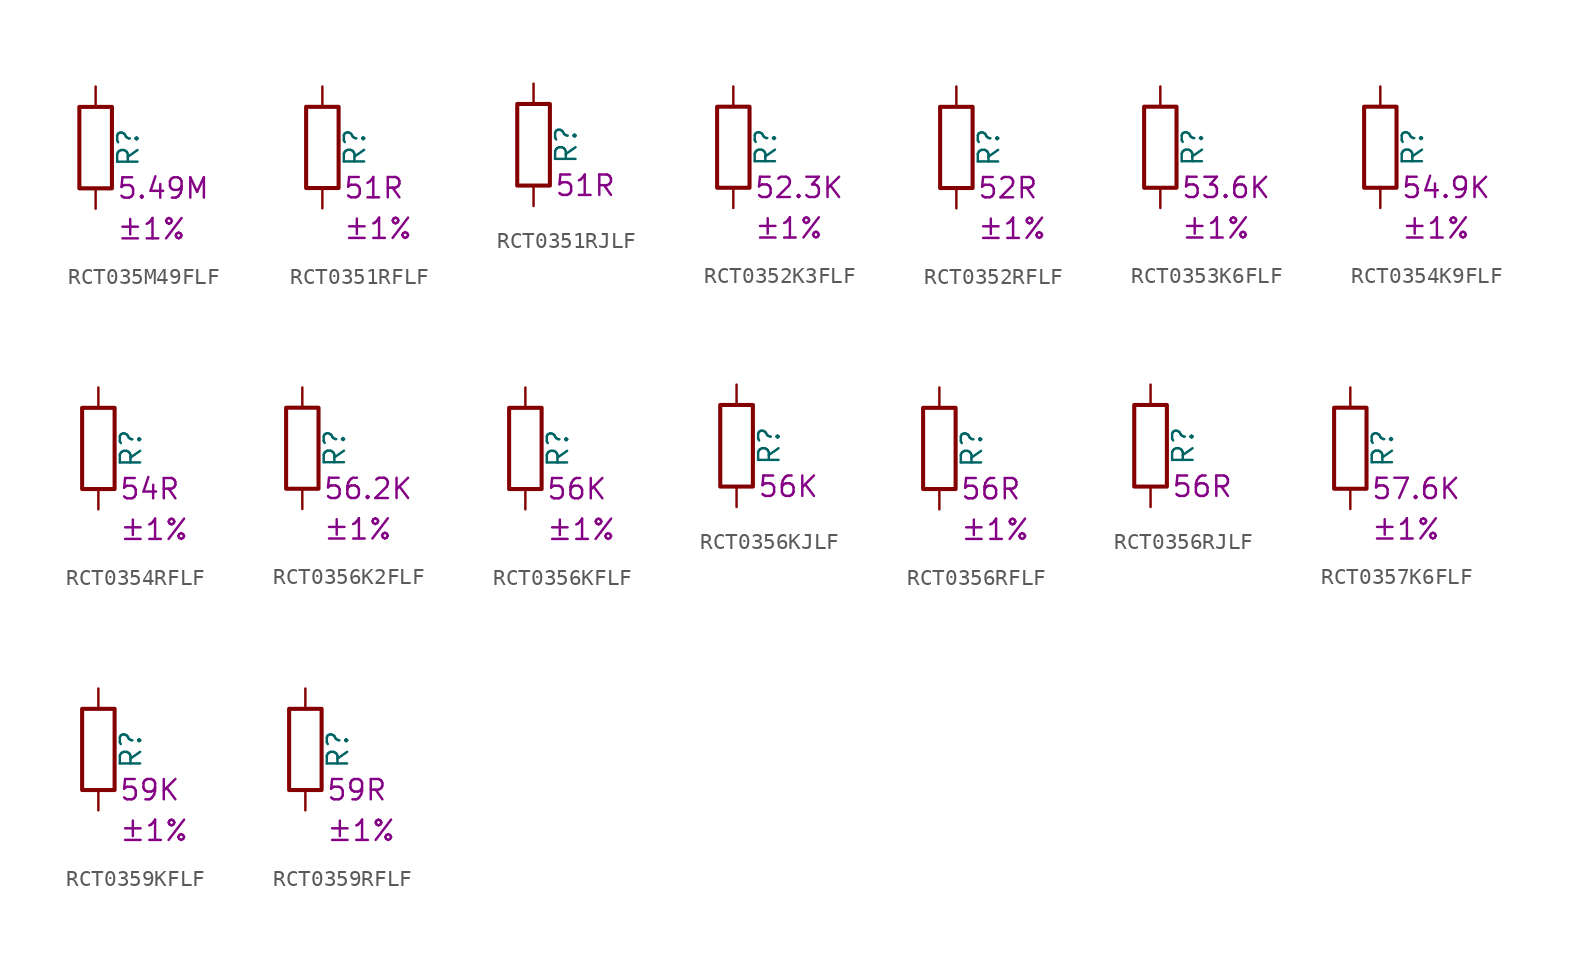
<source format=kicad_sym>
(kicad_symbol_lib
  (version 20220914)
  (generator kicad_symbol_editor)
  (symbol "RCT035M49FLF"
    (pin_numbers hide)
    (pin_names
      (offset 0))
    (property "Reference" "R"
      (at 2.032 0 90)
      (effects (font (size 1.27 1.27))))
    (property "Resistance" "5.49M"
      (at 1.27 -2.54 0)
      (effects (font (size 1.27 1.27)) (justify left)))
    (property "Tolerance" "±1%"
      (at 1.27 -5.08 0)
      (effects (font (size 1.27 1.27)) (justify left)))
    (symbol "RCT035M49FLF_0_1"
      (rectangle (start -1.016 -2.54) (end 1.016 2.54) (stroke (width 0.254) (type default)) (fill (type none))))
    (symbol "RCT035M49FLF_1_1"
      (pin passive line (at 0 3.81 270) (length 1.27) (name "~" (effects (font (size 1.27 1.27)))) (number "1" (effects (font (size 1.27 1.27)))))
      (pin passive line (at 0 -3.81 90) (length 1.27) (name "~" (effects (font (size 1.27 1.27)))) (number "2" (effects (font (size 1.27 1.27)))))))
  (symbol "RCT0351RFLF"
    (pin_numbers hide)
    (pin_names
      (offset 0))
    (property "Reference" "R"
      (at 2.032 0 90)
      (effects (font (size 1.27 1.27))))
    (property "Resistance" "51R"
      (at 1.27 -2.54 0)
      (effects (font (size 1.27 1.27)) (justify left)))
    (property "Tolerance" "±1%"
      (at 1.27 -5.08 0)
      (effects (font (size 1.27 1.27)) (justify left)))
    (symbol "RCT0351RFLF_0_1"
      (rectangle (start -1.016 -2.54) (end 1.016 2.54) (stroke (width 0.254) (type default)) (fill (type none))))
    (symbol "RCT0351RFLF_1_1"
      (pin passive line (at 0 3.81 270) (length 1.27) (name "~" (effects (font (size 1.27 1.27)))) (number "1" (effects (font (size 1.27 1.27)))))
      (pin passive line (at 0 -3.81 90) (length 1.27) (name "~" (effects (font (size 1.27 1.27)))) (number "2" (effects (font (size 1.27 1.27)))))))
  (symbol "RCT0351RJLF"
    (pin_numbers hide)
    (pin_names
      (offset 0))
    (property "Reference" "R"
      (at 2.032 0 90)
      (effects (font (size 1.27 1.27))))
    (property "Resistance" "51R"
      (at 1.27 -2.54 0)
      (effects (font (size 1.27 1.27)) (justify left)))
    (symbol "RCT0351RJLF_0_1"
      (rectangle (start -1.016 -2.54) (end 1.016 2.54) (stroke (width 0.254) (type default)) (fill (type none))))
    (symbol "RCT0351RJLF_1_1"
      (pin passive line (at 0 3.81 270) (length 1.27) (name "~" (effects (font (size 1.27 1.27)))) (number "1" (effects (font (size 1.27 1.27)))))
      (pin passive line (at 0 -3.81 90) (length 1.27) (name "~" (effects (font (size 1.27 1.27)))) (number "2" (effects (font (size 1.27 1.27)))))))
  (symbol "RCT0352K3FLF"
    (pin_numbers hide)
    (pin_names
      (offset 0))
    (property "Reference" "R"
      (at 2.032 0 90)
      (effects (font (size 1.27 1.27))))
    (property "Resistance" "52.3K"
      (at 1.27 -2.54 0)
      (effects (font (size 1.27 1.27)) (justify left)))
    (property "Tolerance" "±1%"
      (at 1.27 -5.08 0)
      (effects (font (size 1.27 1.27)) (justify left)))
    (symbol "RCT0352K3FLF_0_1"
      (rectangle (start -1.016 -2.54) (end 1.016 2.54) (stroke (width 0.254) (type default)) (fill (type none))))
    (symbol "RCT0352K3FLF_1_1"
      (pin passive line (at 0 3.81 270) (length 1.27) (name "~" (effects (font (size 1.27 1.27)))) (number "1" (effects (font (size 1.27 1.27)))))
      (pin passive line (at 0 -3.81 90) (length 1.27) (name "~" (effects (font (size 1.27 1.27)))) (number "2" (effects (font (size 1.27 1.27)))))))
  (symbol "RCT0352RFLF"
    (pin_numbers hide)
    (pin_names
      (offset 0))
    (property "Reference" "R"
      (at 2.032 0 90)
      (effects (font (size 1.27 1.27))))
    (property "Resistance" "52R"
      (at 1.27 -2.54 0)
      (effects (font (size 1.27 1.27)) (justify left)))
    (property "Tolerance" "±1%"
      (at 1.27 -5.08 0)
      (effects (font (size 1.27 1.27)) (justify left)))
    (symbol "RCT0352RFLF_0_1"
      (rectangle (start -1.016 -2.54) (end 1.016 2.54) (stroke (width 0.254) (type default)) (fill (type none))))
    (symbol "RCT0352RFLF_1_1"
      (pin passive line (at 0 3.81 270) (length 1.27) (name "~" (effects (font (size 1.27 1.27)))) (number "1" (effects (font (size 1.27 1.27)))))
      (pin passive line (at 0 -3.81 90) (length 1.27) (name "~" (effects (font (size 1.27 1.27)))) (number "2" (effects (font (size 1.27 1.27)))))))
  (symbol "RCT0353K6FLF"
    (pin_numbers hide)
    (pin_names
      (offset 0))
    (property "Reference" "R"
      (at 2.032 0 90)
      (effects (font (size 1.27 1.27))))
    (property "Resistance" "53.6K"
      (at 1.27 -2.54 0)
      (effects (font (size 1.27 1.27)) (justify left)))
    (property "Tolerance" "±1%"
      (at 1.27 -5.08 0)
      (effects (font (size 1.27 1.27)) (justify left)))
    (symbol "RCT0353K6FLF_0_1"
      (rectangle (start -1.016 -2.54) (end 1.016 2.54) (stroke (width 0.254) (type default)) (fill (type none))))
    (symbol "RCT0353K6FLF_1_1"
      (pin passive line (at 0 3.81 270) (length 1.27) (name "~" (effects (font (size 1.27 1.27)))) (number "1" (effects (font (size 1.27 1.27)))))
      (pin passive line (at 0 -3.81 90) (length 1.27) (name "~" (effects (font (size 1.27 1.27)))) (number "2" (effects (font (size 1.27 1.27)))))))
  (symbol "RCT0354K9FLF"
    (pin_numbers hide)
    (pin_names
      (offset 0))
    (property "Reference" "R"
      (at 2.032 0 90)
      (effects (font (size 1.27 1.27))))
    (property "Resistance" "54.9K"
      (at 1.27 -2.54 0)
      (effects (font (size 1.27 1.27)) (justify left)))
    (property "Tolerance" "±1%"
      (at 1.27 -5.08 0)
      (effects (font (size 1.27 1.27)) (justify left)))
    (symbol "RCT0354K9FLF_0_1"
      (rectangle (start -1.016 -2.54) (end 1.016 2.54) (stroke (width 0.254) (type default)) (fill (type none))))
    (symbol "RCT0354K9FLF_1_1"
      (pin passive line (at 0 3.81 270) (length 1.27) (name "~" (effects (font (size 1.27 1.27)))) (number "1" (effects (font (size 1.27 1.27)))))
      (pin passive line (at 0 -3.81 90) (length 1.27) (name "~" (effects (font (size 1.27 1.27)))) (number "2" (effects (font (size 1.27 1.27)))))))
  (symbol "RCT0354RFLF"
    (pin_numbers hide)
    (pin_names
      (offset 0))
    (property "Reference" "R"
      (at 2.032 0 90)
      (effects (font (size 1.27 1.27))))
    (property "Resistance" "54R"
      (at 1.27 -2.54 0)
      (effects (font (size 1.27 1.27)) (justify left)))
    (property "Tolerance" "±1%"
      (at 1.27 -5.08 0)
      (effects (font (size 1.27 1.27)) (justify left)))
    (symbol "RCT0354RFLF_0_1"
      (rectangle (start -1.016 -2.54) (end 1.016 2.54) (stroke (width 0.254) (type default)) (fill (type none))))
    (symbol "RCT0354RFLF_1_1"
      (pin passive line (at 0 3.81 270) (length 1.27) (name "~" (effects (font (size 1.27 1.27)))) (number "1" (effects (font (size 1.27 1.27)))))
      (pin passive line (at 0 -3.81 90) (length 1.27) (name "~" (effects (font (size 1.27 1.27)))) (number "2" (effects (font (size 1.27 1.27)))))))
  (symbol "RCT0356K2FLF"
    (pin_numbers hide)
    (pin_names
      (offset 0))
    (property "Reference" "R"
      (at 2.032 0 90)
      (effects (font (size 1.27 1.27))))
    (property "Resistance" "56.2K"
      (at 1.27 -2.54 0)
      (effects (font (size 1.27 1.27)) (justify left)))
    (property "Tolerance" "±1%"
      (at 1.27 -5.08 0)
      (effects (font (size 1.27 1.27)) (justify left)))
    (symbol "RCT0356K2FLF_0_1"
      (rectangle (start -1.016 -2.54) (end 1.016 2.54) (stroke (width 0.254) (type default)) (fill (type none))))
    (symbol "RCT0356K2FLF_1_1"
      (pin passive line (at 0 3.81 270) (length 1.27) (name "~" (effects (font (size 1.27 1.27)))) (number "1" (effects (font (size 1.27 1.27)))))
      (pin passive line (at 0 -3.81 90) (length 1.27) (name "~" (effects (font (size 1.27 1.27)))) (number "2" (effects (font (size 1.27 1.27)))))))
  (symbol "RCT0356KFLF"
    (pin_numbers hide)
    (pin_names
      (offset 0))
    (property "Reference" "R"
      (at 2.032 0 90)
      (effects (font (size 1.27 1.27))))
    (property "Resistance" "56K"
      (at 1.27 -2.54 0)
      (effects (font (size 1.27 1.27)) (justify left)))
    (property "Tolerance" "±1%"
      (at 1.27 -5.08 0)
      (effects (font (size 1.27 1.27)) (justify left)))
    (symbol "RCT0356KFLF_0_1"
      (rectangle (start -1.016 -2.54) (end 1.016 2.54) (stroke (width 0.254) (type default)) (fill (type none))))
    (symbol "RCT0356KFLF_1_1"
      (pin passive line (at 0 3.81 270) (length 1.27) (name "~" (effects (font (size 1.27 1.27)))) (number "1" (effects (font (size 1.27 1.27)))))
      (pin passive line (at 0 -3.81 90) (length 1.27) (name "~" (effects (font (size 1.27 1.27)))) (number "2" (effects (font (size 1.27 1.27)))))))
  (symbol "RCT0356KJLF"
    (pin_numbers hide)
    (pin_names
      (offset 0))
    (property "Reference" "R"
      (at 2.032 0 90)
      (effects (font (size 1.27 1.27))))
    (property "Resistance" "56K"
      (at 1.27 -2.54 0)
      (effects (font (size 1.27 1.27)) (justify left)))
    (symbol "RCT0356KJLF_0_1"
      (rectangle (start -1.016 -2.54) (end 1.016 2.54) (stroke (width 0.254) (type default)) (fill (type none))))
    (symbol "RCT0356KJLF_1_1"
      (pin passive line (at 0 3.81 270) (length 1.27) (name "~" (effects (font (size 1.27 1.27)))) (number "1" (effects (font (size 1.27 1.27)))))
      (pin passive line (at 0 -3.81 90) (length 1.27) (name "~" (effects (font (size 1.27 1.27)))) (number "2" (effects (font (size 1.27 1.27)))))))
  (symbol "RCT0356RFLF"
    (pin_numbers hide)
    (pin_names
      (offset 0))
    (property "Reference" "R"
      (at 2.032 0 90)
      (effects (font (size 1.27 1.27))))
    (property "Resistance" "56R"
      (at 1.27 -2.54 0)
      (effects (font (size 1.27 1.27)) (justify left)))
    (property "Tolerance" "±1%"
      (at 1.27 -5.08 0)
      (effects (font (size 1.27 1.27)) (justify left)))
    (symbol "RCT0356RFLF_0_1"
      (rectangle (start -1.016 -2.54) (end 1.016 2.54) (stroke (width 0.254) (type default)) (fill (type none))))
    (symbol "RCT0356RFLF_1_1"
      (pin passive line (at 0 3.81 270) (length 1.27) (name "~" (effects (font (size 1.27 1.27)))) (number "1" (effects (font (size 1.27 1.27)))))
      (pin passive line (at 0 -3.81 90) (length 1.27) (name "~" (effects (font (size 1.27 1.27)))) (number "2" (effects (font (size 1.27 1.27)))))))
  (symbol "RCT0356RJLF"
    (pin_numbers hide)
    (pin_names
      (offset 0))
    (property "Reference" "R"
      (at 2.032 0 90)
      (effects (font (size 1.27 1.27))))
    (property "Resistance" "56R"
      (at 1.27 -2.54 0)
      (effects (font (size 1.27 1.27)) (justify left)))
    (symbol "RCT0356RJLF_0_1"
      (rectangle (start -1.016 -2.54) (end 1.016 2.54) (stroke (width 0.254) (type default)) (fill (type none))))
    (symbol "RCT0356RJLF_1_1"
      (pin passive line (at 0 3.81 270) (length 1.27) (name "~" (effects (font (size 1.27 1.27)))) (number "1" (effects (font (size 1.27 1.27)))))
      (pin passive line (at 0 -3.81 90) (length 1.27) (name "~" (effects (font (size 1.27 1.27)))) (number "2" (effects (font (size 1.27 1.27)))))))
  (symbol "RCT0357K6FLF"
    (pin_numbers hide)
    (pin_names
      (offset 0))
    (property "Reference" "R"
      (at 2.032 0 90)
      (effects (font (size 1.27 1.27))))
    (property "Resistance" "57.6K"
      (at 1.27 -2.54 0)
      (effects (font (size 1.27 1.27)) (justify left)))
    (property "Tolerance" "±1%"
      (at 1.27 -5.08 0)
      (effects (font (size 1.27 1.27)) (justify left)))
    (symbol "RCT0357K6FLF_0_1"
      (rectangle (start -1.016 -2.54) (end 1.016 2.54) (stroke (width 0.254) (type default)) (fill (type none))))
    (symbol "RCT0357K6FLF_1_1"
      (pin passive line (at 0 3.81 270) (length 1.27) (name "~" (effects (font (size 1.27 1.27)))) (number "1" (effects (font (size 1.27 1.27)))))
      (pin passive line (at 0 -3.81 90) (length 1.27) (name "~" (effects (font (size 1.27 1.27)))) (number "2" (effects (font (size 1.27 1.27)))))))
  (symbol "RCT0359KFLF"
    (pin_numbers hide)
    (pin_names
      (offset 0))
    (property "Reference" "R"
      (at 2.032 0 90)
      (effects (font (size 1.27 1.27))))
    (property "Resistance" "59K"
      (at 1.27 -2.54 0)
      (effects (font (size 1.27 1.27)) (justify left)))
    (property "Tolerance" "±1%"
      (at 1.27 -5.08 0)
      (effects (font (size 1.27 1.27)) (justify left)))
    (symbol "RCT0359KFLF_0_1"
      (rectangle (start -1.016 -2.54) (end 1.016 2.54) (stroke (width 0.254) (type default)) (fill (type none))))
    (symbol "RCT0359KFLF_1_1"
      (pin passive line (at 0 3.81 270) (length 1.27) (name "~" (effects (font (size 1.27 1.27)))) (number "1" (effects (font (size 1.27 1.27)))))
      (pin passive line (at 0 -3.81 90) (length 1.27) (name "~" (effects (font (size 1.27 1.27)))) (number "2" (effects (font (size 1.27 1.27)))))))
  (symbol "RCT0359RFLF"
    (pin_numbers hide)
    (pin_names
      (offset 0))
    (property "Reference" "R"
      (at 2.032 0 90)
      (effects (font (size 1.27 1.27))))
    (property "Resistance" "59R"
      (at 1.27 -2.54 0)
      (effects (font (size 1.27 1.27)) (justify left)))
    (property "Tolerance" "±1%"
      (at 1.27 -5.08 0)
      (effects (font (size 1.27 1.27)) (justify left)))
    (symbol "RCT0359RFLF_0_1"
      (rectangle (start -1.016 -2.54) (end 1.016 2.54) (stroke (width 0.254) (type default)) (fill (type none))))
    (symbol "RCT0359RFLF_1_1"
      (pin passive line (at 0 3.81 270) (length 1.27) (name "~" (effects (font (size 1.27 1.27)))) (number "1" (effects (font (size 1.27 1.27)))))
      (pin passive line (at 0 -3.81 90) (length 1.27) (name "~" (effects (font (size 1.27 1.27)))) (number "2" (effects (font (size 1.27 1.27))))))))
</source>
